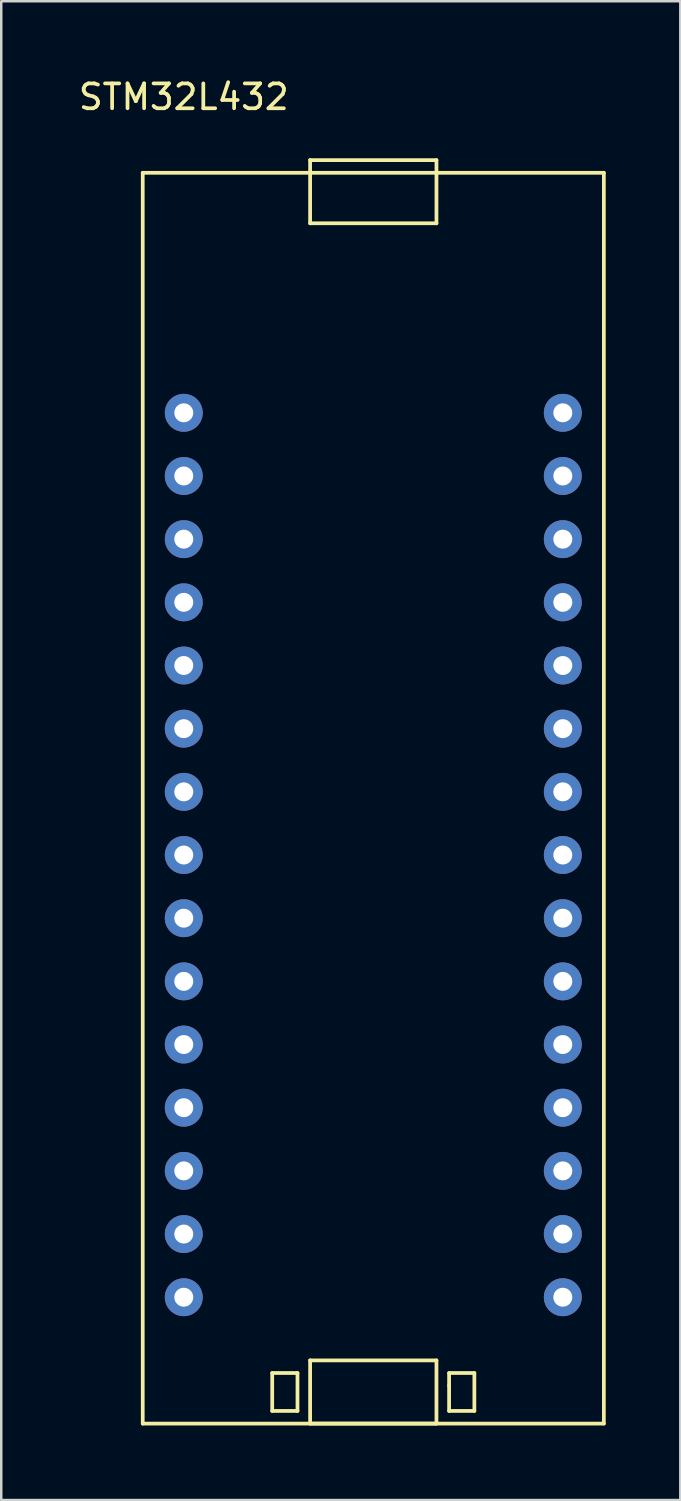
<source format=kicad_pcb>
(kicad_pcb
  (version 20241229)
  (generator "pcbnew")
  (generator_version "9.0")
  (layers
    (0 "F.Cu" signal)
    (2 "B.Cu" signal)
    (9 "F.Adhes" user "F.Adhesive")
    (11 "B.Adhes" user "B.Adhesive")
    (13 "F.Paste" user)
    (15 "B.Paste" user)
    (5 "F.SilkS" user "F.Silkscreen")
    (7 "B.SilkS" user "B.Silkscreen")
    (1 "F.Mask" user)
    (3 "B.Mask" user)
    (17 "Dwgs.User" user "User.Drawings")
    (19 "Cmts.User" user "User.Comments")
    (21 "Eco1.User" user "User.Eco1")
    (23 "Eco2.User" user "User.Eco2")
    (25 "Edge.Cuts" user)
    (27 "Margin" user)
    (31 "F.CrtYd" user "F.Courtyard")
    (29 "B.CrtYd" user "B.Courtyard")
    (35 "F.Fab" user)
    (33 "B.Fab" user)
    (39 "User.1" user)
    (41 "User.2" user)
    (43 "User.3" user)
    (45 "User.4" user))
  (footprint "STM32L432"
    (layer "F.Cu")
    (at 4.339 49.108)
    (property "Reference" "STM32L432" (at 0 -48.26 0) (layer "F.SilkS") (effects (font (size 1 1) (thickness 0.15))))
    (attr through_hole)
    (fp_line (start -1.65 -45.21) (end 16.89 -45.21) (stroke (width 0.15) (type solid)) (layer "F.SilkS"))
    (fp_line (start -1.65 5.08) (end -1.65 -45.21) (stroke (width 0.15) (type solid)) (layer "F.SilkS"))
    (fp_line (start 3.556 3.048) (end 4.572 3.048) (stroke (width 0.15) (type solid)) (layer "F.SilkS"))
    (fp_line (start 3.556 4.572) (end 3.556 3.048) (stroke (width 0.15) (type solid)) (layer "F.SilkS"))
    (fp_line (start 4.572 3.048) (end 4.572 4.572) (stroke (width 0.15) (type solid)) (layer "F.SilkS"))
    (fp_line (start 4.572 4.572) (end 3.556 4.572) (stroke (width 0.15) (type solid)) (layer "F.SilkS"))
    (fp_line (start 5.08 -45.72) (end 10.16 -45.72) (stroke (width 0.15) (type solid)) (layer "F.SilkS"))
    (fp_line (start 5.08 -43.18) (end 5.08 -45.72) (stroke (width 0.15) (type solid)) (layer "F.SilkS"))
    (fp_line (start 5.08 2.54) (end 10.16 2.54) (stroke (width 0.15) (type solid)) (layer "F.SilkS"))
    (fp_line (start 5.08 5.08) (end 5.08 2.54) (stroke (width 0.15) (type solid)) (layer "F.SilkS"))
    (fp_line (start 10.16 -45.72) (end 10.16 -43.18) (stroke (width 0.15) (type solid)) (layer "F.SilkS"))
    (fp_line (start 10.16 -43.18) (end 5.08 -43.18) (stroke (width 0.15) (type solid)) (layer "F.SilkS"))
    (fp_line (start 10.16 2.54) (end 10.16 5.08) (stroke (width 0.15) (type solid)) (layer "F.SilkS"))
    (fp_line (start 10.16 5.08) (end 5.08 5.08) (stroke (width 0.15) (type solid)) (layer "F.SilkS"))
    (fp_line (start 10.668 3.048) (end 11.684 3.048) (stroke (width 0.15) (type solid)) (layer "F.SilkS"))
    (fp_line (start 10.668 3.556) (end 10.668 3.048) (stroke (width 0.15) (type solid)) (layer "F.SilkS"))
    (fp_line (start 10.668 4.572) (end 10.668 3.556) (stroke (width 0.15) (type solid)) (layer "F.SilkS"))
    (fp_line (start 11.684 3.048) (end 11.684 4.572) (stroke (width 0.15) (type solid)) (layer "F.SilkS"))
    (fp_line (start 11.684 4.572) (end 10.668 4.572) (stroke (width 0.15) (type solid)) (layer "F.SilkS"))
    (fp_line (start 16.89 -45.21) (end 16.89 5.08) (stroke (width 0.15) (type solid)) (layer "F.SilkS"))
    (fp_line (start 16.89 5.08) (end -1.65 5.08) (stroke (width 0.15) (type solid)) (layer "F.SilkS"))
    (pad "1" thru_hole circle (at 0 -35.56) (size 1.524 1.524) (drill 0.762) (layers "*.Cu" "*.Mask"))
    (pad "2" thru_hole circle (at 0 -33.02) (size 1.524 1.524) (drill 0.762) (layers "*.Cu" "*.Mask"))
    (pad "3" thru_hole circle (at 0 -30.48) (size 1.524 1.524) (drill 0.762) (layers "*.Cu" "*.Mask"))
    (pad "4" thru_hole circle (at 0 -27.94) (size 1.524 1.524) (drill 0.762) (layers "*.Cu" "*.Mask"))
    (pad "5" thru_hole circle (at 0 -25.4) (size 1.524 1.524) (drill 0.762) (layers "*.Cu" "*.Mask"))
    (pad "6" thru_hole circle (at 0 -22.86) (size 1.524 1.524) (drill 0.762) (layers "*.Cu" "*.Mask"))
    (pad "7" thru_hole circle (at 0 -20.32) (size 1.524 1.524) (drill 0.762) (layers "*.Cu" "*.Mask"))
    (pad "8" thru_hole circle (at 0 -17.78) (size 1.524 1.524) (drill 0.762) (layers "*.Cu" "*.Mask"))
    (pad "9" thru_hole circle (at 0 -15.24) (size 1.524 1.524) (drill 0.762) (layers "*.Cu" "*.Mask"))
    (pad "10" thru_hole circle (at 0 -12.7) (size 1.524 1.524) (drill 0.762) (layers "*.Cu" "*.Mask"))
    (pad "11" thru_hole circle (at 0 -10.16) (size 1.524 1.524) (drill 0.762) (layers "*.Cu" "*.Mask"))
    (pad "12" thru_hole circle (at 0 -7.62) (size 1.524 1.524) (drill 0.762) (layers "*.Cu" "*.Mask"))
    (pad "13" thru_hole circle (at 0 -5.08) (size 1.524 1.524) (drill 0.762) (layers "*.Cu" "*.Mask"))
    (pad "14" thru_hole circle (at 0 -2.54) (size 1.524 1.524) (drill 0.762) (layers "*.Cu" "*.Mask"))
    (pad "15" thru_hole circle (at 0 0) (size 1.524 1.524) (drill 0.762) (layers "*.Cu" "*.Mask"))
    (pad "16" thru_hole circle (at 15.24 -35.56) (size 1.524 1.524) (drill 0.762) (layers "*.Cu" "*.Mask"))
    (pad "17" thru_hole circle (at 15.24 -33.02) (size 1.524 1.524) (drill 0.762) (layers "*.Cu" "*.Mask"))
    (pad "18" thru_hole circle (at 15.24 -30.48) (size 1.524 1.524) (drill 0.762) (layers "*.Cu" "*.Mask"))
    (pad "19" thru_hole circle (at 15.24 -27.94) (size 1.524 1.524) (drill 0.762) (layers "*.Cu" "*.Mask"))
    (pad "20" thru_hole circle (at 15.24 -25.4) (size 1.524 1.524) (drill 0.762) (layers "*.Cu" "*.Mask"))
    (pad "21" thru_hole circle (at 15.24 -22.86) (size 1.524 1.524) (drill 0.762) (layers "*.Cu" "*.Mask"))
    (pad "22" thru_hole circle (at 15.24 -20.32) (size 1.524 1.524) (drill 0.762) (layers "*.Cu" "*.Mask"))
    (pad "23" thru_hole circle (at 15.24 -17.78) (size 1.524 1.524) (drill 0.762) (layers "*.Cu" "*.Mask"))
    (pad "24" thru_hole circle (at 15.24 -15.24) (size 1.524 1.524) (drill 0.762) (layers "*.Cu" "*.Mask"))
    (pad "25" thru_hole circle (at 15.24 -12.7) (size 1.524 1.524) (drill 0.762) (layers "*.Cu" "*.Mask"))
    (pad "26" thru_hole circle (at 15.24 -10.16) (size 1.524 1.524) (drill 0.762) (layers "*.Cu" "*.Mask"))
    (pad "27" thru_hole circle (at 15.24 -7.62) (size 1.524 1.524) (drill 0.762) (layers "*.Cu" "*.Mask"))
    (pad "28" thru_hole circle (at 15.24 -5.08) (size 1.524 1.524) (drill 0.762) (layers "*.Cu" "*.Mask"))
    (pad "29" thru_hole circle (at 15.24 -2.54) (size 1.524 1.524) (drill 0.762) (layers "*.Cu" "*.Mask"))
    (pad "30" thru_hole circle (at 15.24 0) (size 1.524 1.524) (drill 0.762) (layers "*.Cu" "*.Mask")))
  (gr_rect
    (start -3 -3)
    (end 24.304 57.263)
    (stroke (width 0.1) (type default))
    (fill no)
    (layer "Edge.Cuts")))
</source>
